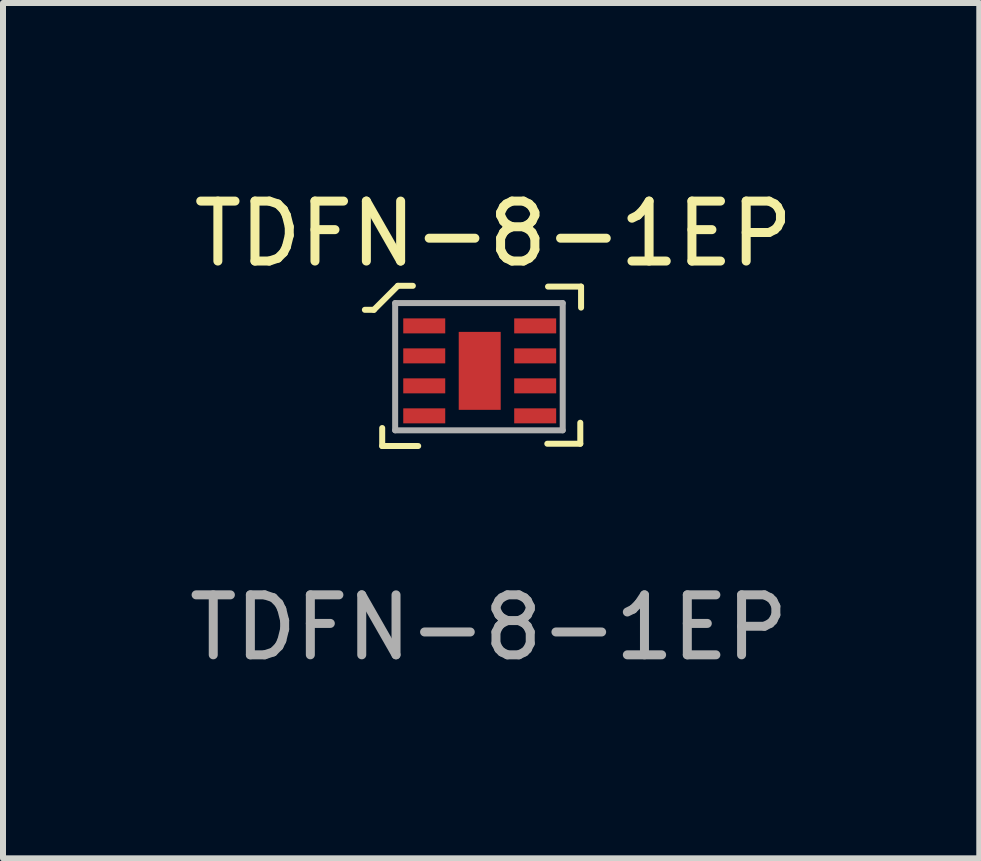
<source format=kicad_pcb>
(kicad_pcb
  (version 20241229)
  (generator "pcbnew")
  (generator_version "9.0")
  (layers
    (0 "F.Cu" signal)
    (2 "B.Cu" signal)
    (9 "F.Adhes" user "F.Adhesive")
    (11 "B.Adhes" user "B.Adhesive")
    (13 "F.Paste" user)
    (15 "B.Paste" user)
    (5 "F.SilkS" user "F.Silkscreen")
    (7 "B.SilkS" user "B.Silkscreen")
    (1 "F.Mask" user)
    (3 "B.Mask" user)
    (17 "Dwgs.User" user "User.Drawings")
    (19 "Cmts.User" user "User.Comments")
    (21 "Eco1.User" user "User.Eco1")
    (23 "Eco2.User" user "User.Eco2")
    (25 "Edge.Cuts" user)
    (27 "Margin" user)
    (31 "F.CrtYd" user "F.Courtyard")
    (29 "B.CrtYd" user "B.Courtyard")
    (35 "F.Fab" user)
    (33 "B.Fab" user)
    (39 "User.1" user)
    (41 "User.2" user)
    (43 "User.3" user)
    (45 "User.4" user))
  (footprint "TDFN-8-1EP"
    (layer "F.Cu")
    (at 4.949 3.134)
    (property "Reference" "TDFN-8-1EP" (at 0.229 -2.286 0) (layer "F.SilkS") (effects (font (size 1 1) (thickness 0.15))))
    (attr through_hole)
    (fp_line (start -1.765 -1.018) (end -1.915 -1.018) (stroke (width 0.1) (type solid)) (layer "F.SilkS"))
    (fp_line (start -1.626 0.953) (end -1.626 1.253) (stroke (width 0.1) (type solid)) (layer "F.SilkS"))
    (fp_line (start -1.626 1.253) (end -1.026 1.253) (stroke (width 0.1) (type solid)) (layer "F.SilkS"))
    (fp_line (start -1.365 -1.418) (end -1.765 -1.018) (stroke (width 0.1) (type solid)) (layer "F.SilkS"))
    (fp_line (start -1.115 -1.418) (end -1.365 -1.418) (stroke (width 0.1) (type solid)) (layer "F.SilkS"))
    (fp_line (start 1.139 -1.405) (end 1.69 -1.405) (stroke (width 0.1) (type solid)) (layer "F.SilkS"))
    (fp_line (start 1.677 0.865) (end 1.677 1.215) (stroke (width 0.1) (type solid)) (layer "F.SilkS"))
    (fp_line (start 1.677 1.215) (end 1.127 1.215) (stroke (width 0.1) (type solid)) (layer "F.SilkS"))
    (fp_line (start 1.69 -1.405) (end 1.69 -1.055) (stroke (width 0.1) (type solid)) (layer "F.SilkS"))
    (fp_line (start -1.41 0.991) (end -1.41 -1.13) (stroke (width 0.1) (type solid)) (layer "F.Fab"))
    (fp_line (start -1.41 0.991) (end 1.384 0.991) (stroke (width 0.1) (type solid)) (layer "F.Fab"))
    (fp_line (start 1.384 -1.13) (end -1.41 -1.13) (stroke (width 0.1) (type solid)) (layer "F.Fab"))
    (fp_line (start 1.384 0.991) (end 1.384 -1.13) (stroke (width 0.1) (type solid)) (layer "F.Fab"))
    (fp_text user "${REFERENCE}" (at 0.152 4.28 180) (layer "F.Fab") (effects (font (size 1 1) (thickness 0.15))))
    (pad "1" smd rect (at -0.925 -0.75) (size 0.7 0.25) (layers "F.Cu" "F.Mask" "F.Paste"))
    (pad "2" smd rect (at -0.925 -0.25) (size 0.7 0.25) (layers "F.Cu" "F.Mask" "F.Paste"))
    (pad "3" smd rect (at -0.925 0.25) (size 0.7 0.25) (layers "F.Cu" "F.Mask" "F.Paste"))
    (pad "4" smd rect (at -0.925 0.75) (size 0.7 0.25) (layers "F.Cu" "F.Mask" "F.Paste"))
    (pad "5" smd rect (at 0.925 0.75) (size 0.7 0.25) (layers "F.Cu" "F.Mask" "F.Paste"))
    (pad "6" smd rect (at 0.925 0.25) (size 0.7 0.25) (layers "F.Cu" "F.Mask" "F.Paste"))
    (pad "7" smd rect (at 0.925 -0.25) (size 0.7 0.25) (layers "F.Cu" "F.Mask" "F.Paste"))
    (pad "8" smd rect (at 0.925 -0.75) (size 0.7 0.25) (layers "F.Cu" "F.Mask" "F.Paste"))
    (pad "9" smd rect (at 0 0) (size 0.7 1.3) (layers "F.Cu" "F.Mask" "F.Paste")))
  (gr_rect
    (start -3 -3)
    (end 13.279 11.262)
    (stroke (width 0.1) (type default))
    (fill no)
    (layer "Edge.Cuts")))
</source>
